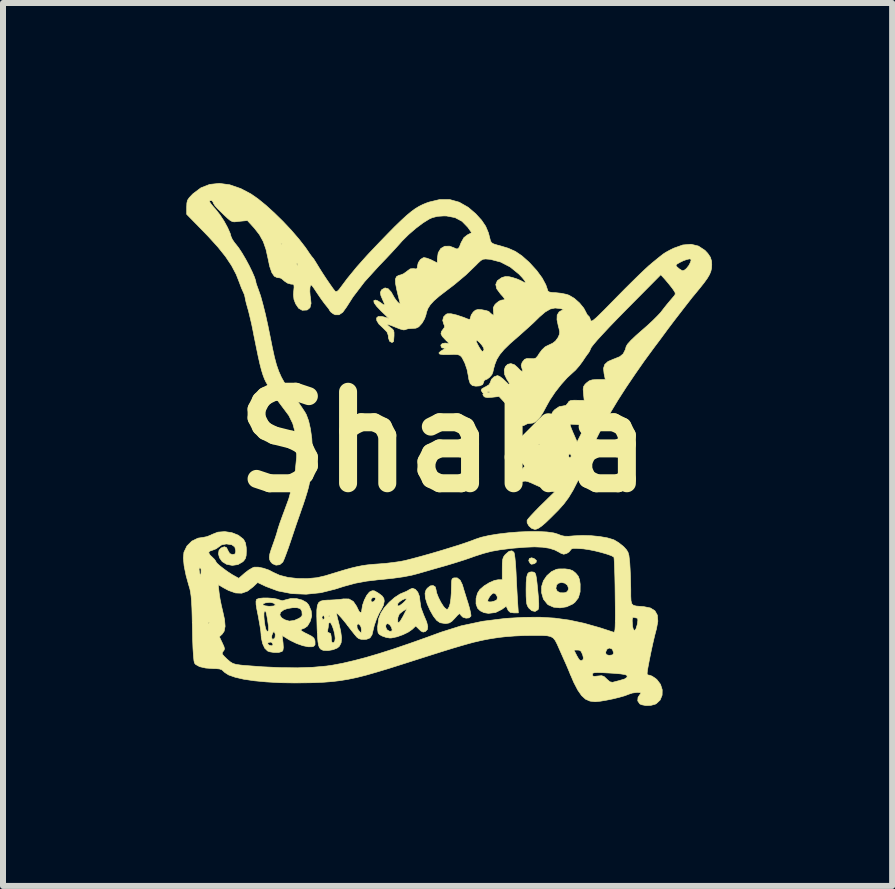
<source format=kicad_pcb>
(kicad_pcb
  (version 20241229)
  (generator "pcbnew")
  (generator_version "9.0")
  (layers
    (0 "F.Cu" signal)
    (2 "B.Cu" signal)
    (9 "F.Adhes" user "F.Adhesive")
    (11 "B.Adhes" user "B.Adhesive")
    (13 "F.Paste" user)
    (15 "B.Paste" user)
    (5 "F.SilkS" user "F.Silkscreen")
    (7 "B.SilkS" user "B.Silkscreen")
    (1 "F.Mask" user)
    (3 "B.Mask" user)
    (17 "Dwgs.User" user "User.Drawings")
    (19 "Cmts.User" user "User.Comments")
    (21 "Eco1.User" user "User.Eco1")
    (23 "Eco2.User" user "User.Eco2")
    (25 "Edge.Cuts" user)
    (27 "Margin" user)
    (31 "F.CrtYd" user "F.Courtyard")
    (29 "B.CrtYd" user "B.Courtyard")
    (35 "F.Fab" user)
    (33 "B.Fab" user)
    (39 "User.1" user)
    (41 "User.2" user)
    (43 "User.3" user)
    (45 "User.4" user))
  (footprint "Shaka"
    (layer "F.Cu")
    (at 4.345 4.311)
    (property "Reference" "Shaka" (at 0 0 0) (layer "F.SilkS") (effects (font (size 1.524 1.524) (thickness 0.3))))
    (attr through_hole)
    (fp_poly (pts (xy 1.501 1.943) (xy 1.541 1.976) (xy 1.536 2.008) (xy 1.505 2.03) (xy 1.459 2.039) (xy 1.439 2.027) (xy 1.413 1.981) (xy 1.423 1.945) (xy 1.459 1.931) (xy 1.501 1.943)) (stroke (width 0.01) (type solid)) (fill yes) (layer "F.SilkS"))
    (fp_poly (pts (xy 1.484 2.168) (xy 1.504 2.174) (xy 1.519 2.187) (xy 1.531 2.217) (xy 1.541 2.269) (xy 1.551 2.35) (xy 1.563 2.469) (xy 1.563 2.47) (xy 1.575 2.599) (xy 1.58 2.69) (xy 1.58 2.75) (xy 1.573 2.785) (xy 1.567 2.796) (xy 1.519 2.825) (xy 1.465 2.813) (xy 1.415 2.769) (xy 1.395 2.738) (xy 1.381 2.701) (xy 1.374 2.648) (xy 1.37 2.569) (xy 1.369 2.462) (xy 1.371 2.339) (xy 1.379 2.254) (xy 1.394 2.2) (xy 1.419 2.173) (xy 1.456 2.166) (xy 1.484 2.168)) (stroke (width 0.01) (type solid)) (fill yes) (layer "F.SilkS"))
    (fp_poly (pts (xy 2.093 2.126) (xy 2.148 2.148) (xy 2.196 2.187) (xy 2.238 2.238) (xy 2.26 2.298) (xy 2.27 2.37) (xy 2.269 2.499) (xy 2.24 2.598) (xy 2.181 2.674) (xy 2.142 2.703) (xy 2.043 2.748) (xy 1.934 2.765) (xy 1.827 2.754) (xy 1.739 2.715) (xy 1.725 2.704) (xy 1.658 2.62) (xy 1.627 2.512) (xy 1.628 2.443) (xy 1.865 2.443) (xy 1.888 2.488) (xy 1.937 2.514) (xy 2.004 2.515) (xy 2.041 2.505) (xy 2.069 2.474) (xy 2.076 2.439) (xy 2.058 2.388) (xy 2.014 2.354) (xy 1.958 2.342) (xy 1.905 2.356) (xy 1.877 2.385) (xy 1.865 2.443) (xy 1.628 2.443) (xy 1.629 2.405) (xy 1.658 2.314) (xy 1.716 2.229) (xy 1.792 2.162) (xy 1.875 2.123) (xy 1.912 2.117) (xy 2.018 2.116) (xy 2.093 2.126)) (stroke (width 0.01) (type solid)) (fill yes) (layer "F.SilkS"))
    (fp_poly (pts (xy 0.271 2.305) (xy 0.307 2.378) (xy 0.311 2.391) (xy 0.33 2.456) (xy 0.358 2.546) (xy 0.389 2.646) (xy 0.4 2.679) (xy 0.426 2.768) (xy 0.444 2.843) (xy 0.451 2.893) (xy 0.449 2.905) (xy 0.419 2.932) (xy 0.369 2.937) (xy 0.318 2.922) (xy 0.286 2.892) (xy 0.27 2.867) (xy 0.253 2.865) (xy 0.225 2.89) (xy 0.184 2.936) (xy 0.132 2.99) (xy 0.088 3.017) (xy 0.036 3.026) (xy 0.019 3.026) (xy -0.063 3.013) (xy -0.121 2.973) (xy -0.176 2.902) (xy -0.231 2.805) (xy -0.278 2.7) (xy -0.307 2.605) (xy -0.309 2.591) (xy -0.314 2.522) (xy -0.299 2.471) (xy -0.277 2.439) (xy -0.228 2.4) (xy -0.18 2.393) (xy -0.144 2.416) (xy -0.132 2.459) (xy -0.121 2.516) (xy -0.091 2.593) (xy -0.051 2.672) (xy -0.009 2.738) (xy 0.015 2.767) (xy 0.047 2.791) (xy 0.067 2.784) (xy 0.089 2.744) (xy 0.104 2.693) (xy 0.116 2.612) (xy 0.123 2.517) (xy 0.123 2.496) (xy 0.126 2.397) (xy 0.128 2.334) (xy 0.132 2.298) (xy 0.14 2.28) (xy 0.152 2.272) (xy 0.167 2.266) (xy 0.222 2.266) (xy 0.271 2.305)) (stroke (width 0.01) (type solid)) (fill yes) (layer "F.SilkS"))
    (fp_poly (pts (xy 1.166 1.839) (xy 1.175 1.87) (xy 1.184 1.936) (xy 1.193 2.029) (xy 1.2 2.14) (xy 1.202 2.176) (xy 1.208 2.308) (xy 1.215 2.444) (xy 1.222 2.567) (xy 1.228 2.663) (xy 1.228 2.667) (xy 1.24 2.849) (xy 1.165 2.849) (xy 1.106 2.841) (xy 1.072 2.81) (xy 1.064 2.793) (xy 1.038 2.737) (xy 0.966 2.79) (xy 0.86 2.843) (xy 0.742 2.857) (xy 0.668 2.845) (xy 0.606 2.815) (xy 0.561 2.771) (xy 0.535 2.698) (xy 0.536 2.652) (xy 0.729 2.652) (xy 0.746 2.666) (xy 0.788 2.666) (xy 0.837 2.654) (xy 0.876 2.635) (xy 0.886 2.624) (xy 0.89 2.583) (xy 0.869 2.541) (xy 0.835 2.518) (xy 0.83 2.518) (xy 0.798 2.536) (xy 0.762 2.577) (xy 0.735 2.625) (xy 0.729 2.652) (xy 0.536 2.652) (xy 0.536 2.609) (xy 0.56 2.521) (xy 0.598 2.461) (xy 0.67 2.399) (xy 0.756 2.346) (xy 0.841 2.309) (xy 0.904 2.297) (xy 0.972 2.297) (xy 0.972 2.115) (xy 0.973 2.022) (xy 0.979 1.961) (xy 0.992 1.919) (xy 1.016 1.885) (xy 1.028 1.872) (xy 1.086 1.823) (xy 1.133 1.815) (xy 1.166 1.839)) (stroke (width 0.01) (type solid)) (fill yes) (layer "F.SilkS"))
    (fp_poly (pts (xy -0.476 2.457) (xy -0.435 2.504) (xy -0.407 2.576) (xy -0.398 2.659) (xy -0.382 2.763) (xy -0.336 2.886) (xy -0.331 2.897) (xy -0.287 3.001) (xy -0.269 3.075) (xy -0.275 3.125) (xy -0.306 3.157) (xy -0.309 3.159) (xy -0.346 3.169) (xy -0.382 3.152) (xy -0.411 3.125) (xy -0.469 3.067) (xy -0.529 3.124) (xy -0.592 3.168) (xy -0.682 3.212) (xy -0.78 3.247) (xy -0.869 3.266) (xy -0.899 3.268) (xy -0.962 3.258) (xy -1.03 3.234) (xy -1.033 3.232) (xy -1.074 3.209) (xy -1.096 3.181) (xy -1.103 3.134) (xy -1.104 3.081) (xy -0.97 3.081) (xy -0.953 3.123) (xy -0.945 3.132) (xy -0.907 3.155) (xy -0.874 3.155) (xy -0.861 3.135) (xy -0.875 3.086) (xy -0.905 3.044) (xy -0.939 3.026) (xy -0.965 3.043) (xy -0.97 3.081) (xy -1.104 3.081) (xy -1.104 3.078) (xy -1.087 2.95) (xy -0.769 2.95) (xy -0.768 3.003) (xy -0.754 3.015) (xy -0.726 2.984) (xy -0.684 2.913) (xy -0.671 2.888) (xy -0.614 2.776) (xy -0.688 2.823) (xy -0.742 2.867) (xy -0.765 2.921) (xy -0.769 2.95) (xy -1.087 2.95) (xy -1.086 2.943) (xy -1.05 2.852) (xy -0.992 2.762) (xy -0.942 2.706) (xy -0.773 2.706) (xy -0.766 2.734) (xy -0.74 2.73) (xy -0.691 2.694) (xy -0.677 2.682) (xy -0.639 2.644) (xy -0.624 2.618) (xy -0.625 2.615) (xy -0.652 2.614) (xy -0.696 2.634) (xy -0.74 2.664) (xy -0.769 2.695) (xy -0.773 2.706) (xy -0.942 2.706) (xy -0.911 2.672) (xy -0.821 2.593) (xy -0.732 2.535) (xy -0.689 2.517) (xy -0.626 2.491) (xy -0.577 2.463) (xy -0.572 2.459) (xy -0.524 2.439) (xy -0.476 2.457)) (stroke (width 0.01) (type solid)) (fill yes) (layer "F.SilkS"))
    (fp_poly (pts (xy -1.161 2.481) (xy -1.116 2.505) (xy -1.084 2.525) (xy -1.027 2.569) (xy -1 2.609) (xy -0.994 2.653) (xy -1.007 2.72) (xy -1.037 2.781) (xy -1.08 2.856) (xy -1.124 2.954) (xy -1.159 3.055) (xy -1.177 3.129) (xy -1.198 3.215) (xy -1.232 3.266) (xy -1.286 3.288) (xy -1.333 3.291) (xy -1.379 3.289) (xy -1.415 3.279) (xy -1.449 3.254) (xy -1.49 3.206) (xy -1.546 3.135) (xy -1.607 3.056) (xy -1.449 3.056) (xy -1.445 3.103) (xy -1.422 3.14) (xy -1.38 3.186) (xy -1.373 3.136) (xy -1.381 3.082) (xy -1.4 3.052) (xy -1.428 3.03) (xy -1.443 3.043) (xy -1.449 3.056) (xy -1.607 3.056) (xy -1.635 3.019) (xy -1.706 2.933) (xy -1.756 2.878) (xy -1.783 2.856) (xy -1.788 2.86) (xy -1.783 2.892) (xy -1.769 2.952) (xy -1.755 3.004) (xy -1.72 3.151) (xy -1.705 3.263) (xy -1.712 3.346) (xy -1.741 3.404) (xy -1.773 3.432) (xy -1.845 3.462) (xy -1.93 3.477) (xy -2.005 3.474) (xy -2.023 3.468) (xy -2.052 3.453) (xy -2.073 3.429) (xy -2.088 3.39) (xy -2.098 3.329) (xy -2.106 3.24) (xy -2.109 3.17) (xy -1.938 3.17) (xy -1.913 3.181) (xy -1.887 3.195) (xy -1.878 3.244) (xy -1.877 3.254) (xy -1.874 3.309) (xy -1.864 3.341) (xy -1.863 3.342) (xy -1.837 3.348) (xy -1.818 3.32) (xy -1.811 3.273) (xy -1.818 3.209) (xy -1.835 3.137) (xy -1.858 3.07) (xy -1.882 3.022) (xy -1.896 3.009) (xy -1.917 3.019) (xy -1.922 3.041) (xy -1.928 3.095) (xy -1.935 3.131) (xy -1.938 3.17) (xy -2.109 3.17) (xy -2.112 3.117) (xy -2.114 3.048) (xy -2.117 2.927) (xy -2.032 2.927) (xy -2.02 2.956) (xy -2.01 2.96) (xy -1.99 2.942) (xy -1.988 2.927) (xy -1.997 2.904) (xy -1.922 2.904) (xy -1.911 2.915) (xy -1.899 2.904) (xy -1.911 2.893) (xy -1.922 2.904) (xy -1.997 2.904) (xy -2 2.897) (xy -2.01 2.893) (xy -2.03 2.911) (xy -2.032 2.927) (xy -2.117 2.927) (xy -2.118 2.905) (xy -2.117 2.8) (xy -2.108 2.727) (xy -2.088 2.68) (xy -2.055 2.654) (xy -2.004 2.641) (xy -1.933 2.636) (xy -1.907 2.636) (xy -1.815 2.631) (xy -1.728 2.624) (xy -1.674 2.616) (xy -1.582 2.617) (xy -1.509 2.659) (xy -1.453 2.741) (xy -1.444 2.762) (xy -1.414 2.823) (xy -1.388 2.847) (xy -1.372 2.832) (xy -1.368 2.8) (xy -1.355 2.72) (xy -1.327 2.641) (xy -1.215 2.641) (xy -1.203 2.669) (xy -1.173 2.663) (xy -1.15 2.641) (xy -1.137 2.608) (xy -1.147 2.596) (xy -1.185 2.592) (xy -1.212 2.621) (xy -1.215 2.641) (xy -1.327 2.641) (xy -1.325 2.635) (xy -1.286 2.558) (xy -1.244 2.506) (xy -1.232 2.497) (xy -1.194 2.48) (xy -1.161 2.481)) (stroke (width 0.01) (type solid)) (fill yes) (layer "F.SilkS"))
    (fp_poly (pts (xy -2.847 2.607) (xy -2.777 2.62) (xy -2.744 2.632) (xy -2.691 2.647) (xy -2.639 2.632) (xy -2.551 2.61) (xy -2.455 2.611) (xy -2.362 2.635) (xy -2.288 2.676) (xy -2.252 2.718) (xy -2.211 2.815) (xy -2.202 2.899) (xy -2.225 2.984) (xy -2.23 2.995) (xy -2.273 3.068) (xy -2.323 3.103) (xy -2.329 3.105) (xy -2.371 3.121) (xy -2.385 3.135) (xy -2.367 3.152) (xy -2.319 3.18) (xy -2.269 3.204) (xy -2.202 3.239) (xy -2.166 3.269) (xy -2.15 3.305) (xy -2.147 3.329) (xy -2.147 3.38) (xy -2.169 3.405) (xy -2.194 3.413) (xy -2.26 3.414) (xy -2.351 3.395) (xy -2.453 3.359) (xy -2.555 3.31) (xy -2.587 3.292) (xy -2.695 3.225) (xy -2.68 3.348) (xy -2.675 3.426) (xy -2.681 3.471) (xy -2.697 3.492) (xy -2.752 3.508) (xy -2.828 3.509) (xy -2.903 3.497) (xy -2.937 3.484) (xy -2.984 3.438) (xy -3.016 3.369) (xy -2.934 3.369) (xy -2.91 3.387) (xy -2.867 3.398) (xy -2.85 3.383) (xy -2.849 3.368) (xy -2.868 3.341) (xy -2.893 3.335) (xy -2.931 3.346) (xy -2.934 3.369) (xy -3.016 3.369) (xy -3.02 3.36) (xy -3.04 3.27) (xy -2.868 3.27) (xy -2.852 3.291) (xy -2.849 3.291) (xy -2.822 3.273) (xy -2.813 3.258) (xy -2.809 3.209) (xy -2.815 3.187) (xy -2.83 3.161) (xy -2.848 3.177) (xy -2.85 3.181) (xy -2.868 3.227) (xy -2.868 3.27) (xy -3.04 3.27) (xy -3.042 3.261) (xy -3.046 3.203) (xy -3.051 3.149) (xy -3.064 3.065) (xy -3.082 2.964) (xy -3.091 2.914) (xy -2.998 2.914) (xy -2.994 2.964) (xy -2.981 3.061) (xy -2.967 3.121) (xy -2.951 3.151) (xy -2.933 3.158) (xy -2.921 3.138) (xy -2.922 3.082) (xy -2.925 3.054) (xy -2.941 2.944) (xy -2.952 2.884) (xy -2.734 2.884) (xy -2.705 2.93) (xy -2.654 2.963) (xy -2.577 2.986) (xy -2.495 2.976) (xy -2.411 2.939) (xy -2.373 2.91) (xy -2.361 2.887) (xy -2.366 2.818) (xy -2.393 2.778) (xy -2.445 2.763) (xy -2.521 2.763) (xy -2.603 2.776) (xy -2.665 2.797) (xy -2.721 2.838) (xy -2.734 2.884) (xy -2.952 2.884) (xy -2.954 2.872) (xy -2.965 2.832) (xy -2.977 2.817) (xy -2.987 2.819) (xy -2.998 2.849) (xy -2.998 2.914) (xy -3.091 2.914) (xy -3.096 2.888) (xy -3.118 2.778) (xy -3.129 2.704) (xy -3.129 2.699) (xy -3.013 2.699) (xy -3.013 2.717) (xy -2.979 2.731) (xy -2.917 2.739) (xy -2.901 2.739) (xy -2.836 2.734) (xy -2.81 2.721) (xy -2.81 2.711) (xy -2.84 2.685) (xy -2.897 2.674) (xy -2.967 2.681) (xy -2.974 2.682) (xy -3.013 2.699) (xy -3.129 2.699) (xy -3.13 2.657) (xy -3.123 2.63) (xy -3.118 2.623) (xy -3.08 2.608) (xy -3.013 2.601) (xy -2.931 2.601) (xy -2.847 2.607)) (stroke (width 0.01) (type solid)) (fill yes) (layer "F.SilkS"))
    (fp_poly (pts (xy 1.716 1.501) (xy 1.829 1.517) (xy 1.899 1.538) (xy 1.957 1.561) (xy 2.011 1.572) (xy 2.078 1.573) (xy 2.172 1.565) (xy 2.176 1.565) (xy 2.309 1.559) (xy 2.453 1.563) (xy 2.595 1.577) (xy 2.722 1.599) (xy 2.82 1.628) (xy 2.839 1.636) (xy 2.912 1.68) (xy 2.985 1.738) (xy 3.005 1.757) (xy 3.043 1.8) (xy 3.067 1.84) (xy 3.082 1.892) (xy 3.091 1.968) (xy 3.096 2.016) (xy 3.102 2.117) (xy 3.108 2.243) (xy 3.111 2.375) (xy 3.113 2.457) (xy 3.113 2.57) (xy 3.117 2.647) (xy 3.129 2.695) (xy 3.155 2.722) (xy 3.202 2.735) (xy 3.275 2.741) (xy 3.33 2.745) (xy 3.44 2.767) (xy 3.515 2.814) (xy 3.556 2.887) (xy 3.564 2.988) (xy 3.54 3.119) (xy 3.537 3.129) (xy 3.511 3.228) (xy 3.481 3.356) (xy 3.45 3.499) (xy 3.421 3.642) (xy 3.397 3.77) (xy 3.391 3.804) (xy 3.385 3.859) (xy 3.394 3.882) (xy 3.423 3.887) (xy 3.466 3.902) (xy 3.521 3.938) (xy 3.547 3.959) (xy 3.608 4.039) (xy 3.637 4.13) (xy 3.635 4.22) (xy 3.602 4.301) (xy 3.538 4.361) (xy 3.518 4.371) (xy 3.447 4.39) (xy 3.365 4.393) (xy 3.293 4.379) (xy 3.263 4.365) (xy 3.229 4.315) (xy 3.234 4.256) (xy 3.261 4.215) (xy 3.282 4.188) (xy 3.274 4.177) (xy 3.23 4.174) (xy 3.216 4.174) (xy 3.14 4.184) (xy 3.07 4.207) (xy 3.069 4.208) (xy 3.011 4.23) (xy 2.923 4.255) (xy 2.818 4.281) (xy 2.709 4.303) (xy 2.609 4.32) (xy 2.532 4.328) (xy 2.518 4.329) (xy 2.434 4.319) (xy 2.36 4.287) (xy 2.294 4.227) (xy 2.23 4.135) (xy 2.164 4.008) (xy 2.117 3.898) (xy 2.107 3.876) (xy 2.474 3.876) (xy 2.48 3.9) (xy 2.506 3.907) (xy 2.564 3.901) (xy 2.564 3.901) (xy 2.626 3.895) (xy 2.668 3.909) (xy 2.711 3.949) (xy 2.713 3.952) (xy 2.765 3.997) (xy 2.809 4.006) (xy 2.816 4.004) (xy 2.87 3.99) (xy 2.928 3.975) (xy 3.011 3.95) (xy 3.052 3.921) (xy 3.051 3.892) (xy 3.019 3.877) (xy 2.943 3.865) (xy 2.824 3.855) (xy 2.754 3.851) (xy 2.638 3.845) (xy 2.56 3.843) (xy 2.511 3.845) (xy 2.485 3.852) (xy 2.475 3.864) (xy 2.474 3.876) (xy 2.107 3.876) (xy 2.081 3.812) (xy 2.048 3.734) (xy 2.024 3.679) (xy 2.023 3.677) (xy 1.999 3.624) (xy 1.965 3.547) (xy 1.93 3.468) (xy 2.166 3.468) (xy 2.215 3.564) (xy 2.249 3.622) (xy 2.276 3.646) (xy 2.3 3.642) (xy 2.321 3.623) (xy 2.322 3.589) (xy 2.311 3.546) (xy 2.297 3.515) (xy 2.695 3.515) (xy 2.706 3.545) (xy 2.748 3.556) (xy 2.761 3.556) (xy 2.81 3.549) (xy 2.827 3.522) (xy 2.827 3.515) (xy 2.811 3.466) (xy 2.794 3.446) (xy 2.753 3.434) (xy 2.716 3.455) (xy 2.695 3.502) (xy 2.695 3.515) (xy 2.297 3.515) (xy 2.288 3.492) (xy 2.256 3.47) (xy 2.226 3.468) (xy 2.166 3.468) (xy 1.93 3.468) (xy 1.927 3.462) (xy 1.925 3.457) (xy 1.887 3.371) (xy 1.855 3.309) (xy 1.822 3.268) (xy 1.779 3.243) (xy 1.719 3.23) (xy 1.633 3.225) (xy 1.514 3.225) (xy 1.466 3.225) (xy 1.325 3.227) (xy 1.175 3.234) (xy 1.032 3.245) (xy 0.915 3.258) (xy 0.909 3.259) (xy 0.823 3.272) (xy 0.744 3.285) (xy 0.666 3.3) (xy 0.587 3.317) (xy 0.501 3.337) (xy 0.404 3.363) (xy 0.292 3.395) (xy 0.16 3.434) (xy 0.004 3.482) (xy -0.18 3.54) (xy -0.397 3.609) (xy -0.651 3.69) (xy -0.685 3.701) (xy -0.922 3.776) (xy -1.125 3.837) (xy -1.299 3.887) (xy -1.453 3.926) (xy -1.593 3.955) (xy -1.726 3.977) (xy -1.859 3.993) (xy -1.999 4.004) (xy -2.152 4.011) (xy -2.219 4.013) (xy -2.483 4.016) (xy -2.73 4.012) (xy -2.957 3.999) (xy -3.16 3.98) (xy -3.335 3.954) (xy -3.478 3.921) (xy -3.586 3.883) (xy -3.653 3.84) (xy -3.66 3.833) (xy -3.695 3.8) (xy -3.738 3.783) (xy -3.803 3.777) (xy -3.837 3.777) (xy -3.968 3.768) (xy -4.069 3.745) (xy -4.136 3.708) (xy -4.155 3.684) (xy -4.164 3.644) (xy -4.172 3.563) (xy -4.18 3.443) (xy -4.186 3.286) (xy -4.19 3.095) (xy -4.19 3.094) (xy -4.192 3.015) (xy -3.931 3.015) (xy -3.92 3.026) (xy -3.909 3.015) (xy -3.92 3.004) (xy -3.931 3.015) (xy -4.192 3.015) (xy -4.194 2.914) (xy -4.198 2.772) (xy -4.204 2.661) (xy -4.211 2.576) (xy -4.22 2.508) (xy -4.231 2.453) (xy -4.241 2.419) (xy -4.253 2.378) (xy -3.76 2.378) (xy -3.744 2.52) (xy -3.729 2.62) (xy -3.706 2.733) (xy -3.686 2.816) (xy -3.654 2.961) (xy -3.645 3.073) (xy -3.661 3.155) (xy -3.693 3.202) (xy -3.741 3.247) (xy -3.692 3.349) (xy -3.664 3.411) (xy -3.655 3.448) (xy -3.665 3.475) (xy -3.677 3.489) (xy -3.693 3.513) (xy -3.691 3.537) (xy -3.663 3.57) (xy -3.615 3.617) (xy -3.562 3.663) (xy -3.517 3.691) (xy -3.464 3.707) (xy -3.389 3.718) (xy -3.343 3.723) (xy -3.025 3.747) (xy -2.722 3.761) (xy -2.438 3.764) (xy -2.182 3.755) (xy -1.959 3.735) (xy -1.855 3.72) (xy -1.681 3.687) (xy -1.498 3.644) (xy -1.299 3.592) (xy -1.082 3.528) (xy -0.841 3.451) (xy -0.571 3.359) (xy -0.27 3.252) (xy -0.049 3.171) (xy 0.287 3.065) (xy 0.644 2.989) (xy 1.026 2.941) (xy 1.336 2.923) (xy 1.599 2.921) (xy 1.845 2.936) (xy 2.087 2.969) (xy 2.335 3.022) (xy 2.6 3.097) (xy 2.827 3.171) (xy 2.837 3.17) (xy 2.844 3.157) (xy 2.85 3.126) (xy 2.853 3.074) (xy 2.855 2.996) (xy 2.855 2.985) (xy 3.137 2.985) (xy 3.143 3.075) (xy 3.157 3.128) (xy 3.177 3.142) (xy 3.199 3.116) (xy 3.22 3.048) (xy 3.224 3.028) (xy 3.231 2.972) (xy 3.227 2.94) (xy 3.224 2.938) (xy 3.19 2.93) (xy 3.171 2.924) (xy 3.147 2.924) (xy 3.138 2.955) (xy 3.137 2.985) (xy 2.855 2.985) (xy 2.856 2.887) (xy 2.855 2.743) (xy 2.853 2.56) (xy 2.853 2.558) (xy 2.851 2.396) (xy 2.848 2.249) (xy 2.844 2.122) (xy 2.84 2.021) (xy 2.836 1.952) (xy 2.832 1.92) (xy 2.831 1.919) (xy 2.79 1.896) (xy 2.716 1.87) (xy 2.621 1.842) (xy 2.516 1.816) (xy 2.412 1.795) (xy 2.322 1.782) (xy 2.305 1.781) (xy 2.213 1.775) (xy 2.157 1.775) (xy 2.126 1.783) (xy 2.112 1.8) (xy 2.112 1.8) (xy 2.084 1.834) (xy 2.045 1.859) (xy 1.996 1.872) (xy 1.949 1.856) (xy 1.93 1.844) (xy 1.85 1.802) (xy 1.756 1.772) (xy 1.644 1.755) (xy 1.507 1.749) (xy 1.34 1.756) (xy 1.136 1.773) (xy 1.104 1.777) (xy 0.936 1.798) (xy 0.794 1.823) (xy 0.66 1.858) (xy 0.514 1.905) (xy 0.453 1.927) (xy 0.343 1.965) (xy 0.201 2.01) (xy 0.036 2.06) (xy -0.099 2.098) (xy -0.204 2.128) (xy -0.314 2.16) (xy -0.405 2.186) (xy -0.409 2.188) (xy -0.535 2.221) (xy -0.675 2.248) (xy -0.837 2.271) (xy -1.032 2.292) (xy -1.093 2.297) (xy -1.287 2.32) (xy -1.471 2.354) (xy -1.663 2.406) (xy -1.811 2.453) (xy -2.05 2.513) (xy -2.295 2.538) (xy -2.536 2.528) (xy -2.766 2.483) (xy -2.964 2.409) (xy -3.103 2.343) (xy -3.18 2.416) (xy -3.273 2.487) (xy -3.368 2.521) (xy -3.47 2.517) (xy -3.586 2.476) (xy -3.664 2.435) (xy -3.76 2.378) (xy -4.253 2.378) (xy -4.295 2.227) (xy -4.316 2.125) (xy -4.079 2.125) (xy -4.071 2.177) (xy -4.071 2.178) (xy -4.053 2.242) (xy -4.046 2.179) (xy -4.045 2.129) (xy -4.051 2.104) (xy -4.072 2.098) (xy -4.079 2.125) (xy -4.316 2.125) (xy -4.328 2.064) (xy -4.34 1.934) (xy -4.331 1.839) (xy -4.331 1.839) (xy -4.281 1.735) (xy -4.2 1.654) (xy -4.097 1.604) (xy -4.004 1.59) (xy -3.945 1.578) (xy -3.877 1.55) (xy -3.865 1.543) (xy -3.766 1.504) (xy -3.65 1.495) (xy -3.532 1.513) (xy -3.425 1.555) (xy -3.343 1.619) (xy -3.335 1.629) (xy -3.306 1.683) (xy -3.293 1.759) (xy -3.291 1.813) (xy -3.294 1.891) (xy -3.306 1.941) (xy -3.333 1.98) (xy -3.351 1.998) (xy -3.431 2.044) (xy -3.525 2.058) (xy -3.619 2.04) (xy -3.693 1.995) (xy -3.738 1.932) (xy -3.756 1.865) (xy -3.746 1.805) (xy -3.712 1.768) (xy -3.657 1.747) (xy -3.621 1.762) (xy -3.597 1.811) (xy -3.568 1.861) (xy -3.525 1.877) (xy -3.521 1.877) (xy -3.483 1.87) (xy -3.469 1.838) (xy -3.468 1.812) (xy -3.484 1.75) (xy -3.534 1.714) (xy -3.619 1.701) (xy -3.628 1.701) (xy -3.703 1.716) (xy -3.743 1.744) (xy -3.794 1.781) (xy -3.845 1.801) (xy -3.903 1.821) (xy -3.919 1.848) (xy -3.894 1.888) (xy -3.867 1.913) (xy -3.824 1.955) (xy -3.8 1.989) (xy -3.799 1.995) (xy -3.782 2.02) (xy -3.736 2.062) (xy -3.672 2.112) (xy -3.599 2.165) (xy -3.525 2.213) (xy -3.486 2.235) (xy -3.417 2.273) (xy -3.319 2.187) (xy -3.254 2.137) (xy -3.191 2.1) (xy -3.159 2.087) (xy -3.093 2.087) (xy -3.006 2.105) (xy -2.915 2.136) (xy -2.843 2.174) (xy -2.735 2.223) (xy -2.597 2.258) (xy -2.44 2.276) (xy -2.276 2.278) (xy -2.115 2.263) (xy -1.977 2.231) (xy -1.8 2.177) (xy -1.658 2.134) (xy -1.543 2.102) (xy -1.446 2.079) (xy -1.361 2.062) (xy -1.279 2.05) (xy -1.193 2.041) (xy -1.096 2.034) (xy -1.093 2.034) (xy -0.967 2.024) (xy -0.841 2.009) (xy -0.729 1.993) (xy -0.652 1.978) (xy -0.522 1.945) (xy -0.373 1.905) (xy -0.213 1.86) (xy -0.05 1.812) (xy 0.109 1.763) (xy 0.254 1.718) (xy 0.379 1.676) (xy 0.474 1.642) (xy 0.519 1.624) (xy 0.62 1.59) (xy 0.751 1.56) (xy 0.905 1.535) (xy 1.073 1.515) (xy 1.246 1.501) (xy 1.416 1.494) (xy 1.576 1.494) (xy 1.716 1.501)) (stroke (width 0.01) (type solid)) (fill yes) (layer "F.SilkS"))
    (fp_poly (pts (xy -3.568 -4.283) (xy -3.383 -4.219) (xy -3.214 -4.13) (xy -3.099 -4.05) (xy -2.966 -3.942) (xy -2.824 -3.813) (xy -2.68 -3.672) (xy -2.541 -3.524) (xy -2.416 -3.379) (xy -2.311 -3.244) (xy -2.281 -3.201) (xy -2.238 -3.137) (xy -2.204 -3.09) (xy -2.187 -3.07) (xy -2.168 -3.046) (xy -2.137 -2.997) (xy -2.121 -2.971) (xy -2.07 -2.887) (xy -2.012 -2.796) (xy -1.952 -2.705) (xy -1.895 -2.622) (xy -1.848 -2.555) (xy -1.815 -2.513) (xy -1.805 -2.503) (xy -1.777 -2.508) (xy -1.746 -2.538) (xy -1.61 -2.72) (xy -1.453 -2.912) (xy -1.29 -3.095) (xy -1.252 -3.136) (xy -1.081 -3.316) (xy -0.936 -3.466) (xy -0.814 -3.59) (xy -0.71 -3.69) (xy -0.622 -3.771) (xy -0.546 -3.834) (xy -0.478 -3.884) (xy -0.414 -3.923) (xy -0.352 -3.954) (xy -0.286 -3.981) (xy -0.245 -3.995) (xy -0.069 -4.037) (xy 0.096 -4.037) (xy 0.254 -3.993) (xy 0.405 -3.907) (xy 0.53 -3.8) (xy 0.628 -3.692) (xy 0.696 -3.591) (xy 0.742 -3.481) (xy 0.765 -3.392) (xy 0.777 -3.345) (xy 0.796 -3.316) (xy 0.832 -3.296) (xy 0.895 -3.277) (xy 0.928 -3.269) (xy 1.071 -3.226) (xy 1.19 -3.173) (xy 1.298 -3.1) (xy 1.411 -3) (xy 1.433 -2.978) (xy 1.546 -2.854) (xy 1.637 -2.73) (xy 1.698 -2.616) (xy 1.723 -2.543) (xy 1.733 -2.513) (xy 1.757 -2.496) (xy 1.804 -2.488) (xy 1.866 -2.485) (xy 1.956 -2.475) (xy 2.042 -2.457) (xy 2.084 -2.443) (xy 2.172 -2.391) (xy 2.259 -2.314) (xy 2.33 -2.227) (xy 2.361 -2.169) (xy 2.385 -2.122) (xy 2.406 -2.099) (xy 2.408 -2.098) (xy 2.425 -2.079) (xy 2.44 -2.038) (xy 2.446 -2.021) (xy 2.455 -2.013) (xy 2.471 -2.016) (xy 2.498 -2.034) (xy 2.539 -2.069) (xy 2.597 -2.125) (xy 2.676 -2.203) (xy 2.779 -2.308) (xy 2.89 -2.421) (xy 3.011 -2.544) (xy 3.13 -2.662) (xy 3.241 -2.771) (xy 3.338 -2.864) (xy 3.416 -2.936) (xy 3.423 -2.941) (xy 3.865 -2.941) (xy 3.882 -2.916) (xy 3.92 -2.883) (xy 3.961 -2.857) (xy 3.982 -2.85) (xy 4.01 -2.863) (xy 4.041 -2.888) (xy 4.081 -2.939) (xy 4.106 -2.988) (xy 4.119 -3.03) (xy 4.108 -3.046) (xy 4.091 -3.048) (xy 4.046 -3.038) (xy 3.987 -3.017) (xy 3.928 -2.988) (xy 3.882 -2.961) (xy 3.865 -2.941) (xy 3.423 -2.941) (xy 3.468 -2.98) (xy 3.54 -3.039) (xy 3.603 -3.09) (xy 3.647 -3.124) (xy 3.653 -3.129) (xy 3.694 -3.156) (xy 3.761 -3.193) (xy 3.83 -3.227) (xy 3.979 -3.28) (xy 4.117 -3.292) (xy 4.24 -3.262) (xy 4.348 -3.191) (xy 4.395 -3.141) (xy 4.439 -3.076) (xy 4.459 -3.011) (xy 4.462 -2.952) (xy 4.459 -2.896) (xy 4.448 -2.844) (xy 4.426 -2.789) (xy 4.389 -2.726) (xy 4.333 -2.648) (xy 4.255 -2.55) (xy 4.152 -2.425) (xy 4.147 -2.42) (xy 4.114 -2.378) (xy 4.061 -2.31) (xy 3.994 -2.224) (xy 3.92 -2.128) (xy 3.845 -2.031) (xy 3.777 -1.941) (xy 3.721 -1.867) (xy 3.695 -1.831) (xy 3.649 -1.769) (xy 3.588 -1.686) (xy 3.52 -1.596) (xy 3.491 -1.557) (xy 3.337 -1.347) (xy 3.183 -1.126) (xy 3.035 -0.907) (xy 2.9 -0.697) (xy 2.786 -0.508) (xy 2.754 -0.453) (xy 2.687 -0.335) (xy 2.631 -0.231) (xy 2.58 -0.133) (xy 2.53 -0.032) (xy 2.478 0.081) (xy 2.42 0.213) (xy 2.351 0.373) (xy 2.308 0.475) (xy 2.228 0.656) (xy 2.153 0.803) (xy 2.078 0.927) (xy 1.997 1.036) (xy 1.904 1.14) (xy 1.893 1.151) (xy 1.781 1.263) (xy 1.695 1.346) (xy 1.628 1.403) (xy 1.577 1.438) (xy 1.537 1.455) (xy 1.513 1.458) (xy 1.462 1.441) (xy 1.416 1.4) (xy 1.387 1.349) (xy 1.386 1.307) (xy 1.406 1.279) (xy 1.452 1.227) (xy 1.518 1.157) (xy 1.596 1.077) (xy 1.622 1.052) (xy 1.844 0.834) (xy 1.778 0.818) (xy 1.727 0.802) (xy 1.651 0.771) (xy 1.563 0.733) (xy 1.538 0.722) (xy 1.453 0.683) (xy 1.397 0.661) (xy 1.355 0.653) (xy 1.316 0.658) (xy 1.268 0.673) (xy 1.263 0.675) (xy 1.2 0.694) (xy 1.163 0.696) (xy 1.137 0.683) (xy 1.131 0.676) (xy 1.109 0.631) (xy 1.128 0.587) (xy 1.182 0.552) (xy 1.236 0.52) (xy 1.289 0.472) (xy 1.291 0.47) (xy 1.344 0.409) (xy 1.478 0.455) (xy 1.612 0.501) (xy 1.515 0.398) (xy 1.439 0.308) (xy 1.389 0.232) (xy 2.076 0.232) (xy 2.088 0.261) (xy 2.098 0.265) (xy 2.118 0.247) (xy 2.12 0.232) (xy 2.108 0.203) (xy 2.098 0.199) (xy 2.079 0.217) (xy 2.076 0.232) (xy 1.389 0.232) (xy 1.385 0.226) (xy 1.356 0.16) (xy 1.356 0.121) (xy 1.396 0.07) (xy 1.459 0.04) (xy 1.526 0.041) (xy 1.532 0.043) (xy 1.575 0.051) (xy 1.592 0.039) (xy 1.576 0.016) (xy 1.568 0.011) (xy 1.553 -0.018) (xy 1.546 -0.072) (xy 1.546 -0.076) (xy 1.565 -0.148) (xy 1.616 -0.197) (xy 1.69 -0.215) (xy 1.731 -0.212) (xy 1.8 -0.199) (xy 1.795 -0.294) (xy 2.101 -0.294) (xy 2.105 -0.273) (xy 2.123 -0.222) (xy 2.152 -0.152) (xy 2.156 -0.144) (xy 2.219 0.001) (xy 2.289 -0.138) (xy 2.359 -0.276) (xy 2.234 -0.287) (xy 2.165 -0.292) (xy 2.116 -0.294) (xy 2.101 -0.294) (xy 1.795 -0.294) (xy 1.793 -0.338) (xy 1.791 -0.417) (xy 1.797 -0.467) (xy 1.816 -0.504) (xy 1.846 -0.536) (xy 1.921 -0.587) (xy 1.975 -0.596) (xy 2.033 -0.608) (xy 2.065 -0.646) (xy 2.084 -0.675) (xy 2.114 -0.689) (xy 2.169 -0.694) (xy 2.212 -0.693) (xy 2.337 -0.691) (xy 2.325 -0.808) (xy 2.32 -0.879) (xy 2.328 -0.923) (xy 2.352 -0.959) (xy 2.375 -0.981) (xy 2.42 -1.016) (xy 2.471 -1.033) (xy 2.545 -1.038) (xy 2.563 -1.038) (xy 2.689 -1.038) (xy 2.668 -1.138) (xy 2.659 -1.225) (xy 2.68 -1.29) (xy 2.734 -1.339) (xy 2.828 -1.379) (xy 2.842 -1.384) (xy 2.931 -1.42) (xy 2.987 -1.467) (xy 3.022 -1.536) (xy 3.037 -1.59) (xy 3.06 -1.629) (xy 3.116 -1.691) (xy 3.201 -1.772) (xy 3.297 -1.856) (xy 3.393 -1.94) (xy 3.482 -2.023) (xy 3.557 -2.098) (xy 3.61 -2.154) (xy 3.619 -2.166) (xy 3.666 -2.227) (xy 3.712 -2.285) (xy 3.768 -2.352) (xy 3.838 -2.434) (xy 3.854 -2.46) (xy 3.851 -2.488) (xy 3.824 -2.531) (xy 3.798 -2.567) (xy 3.744 -2.635) (xy 3.69 -2.699) (xy 3.669 -2.723) (xy 3.613 -2.784) (xy 3.047 -2.213) (xy 2.895 -2.058) (xy 2.761 -1.919) (xy 2.648 -1.798) (xy 2.558 -1.7) (xy 2.494 -1.625) (xy 2.457 -1.577) (xy 2.451 -1.566) (xy 2.428 -1.514) (xy 2.409 -1.482) (xy 2.407 -1.48) (xy 2.389 -1.457) (xy 2.354 -1.408) (xy 2.311 -1.343) (xy 2.255 -1.267) (xy 2.193 -1.196) (xy 2.149 -1.156) (xy 2.054 -1.069) (xy 1.952 -0.955) (xy 1.852 -0.827) (xy 1.765 -0.697) (xy 1.713 -0.604) (xy 1.647 -0.481) (xy 1.59 -0.395) (xy 1.537 -0.341) (xy 1.484 -0.314) (xy 1.444 -0.309) (xy 1.39 -0.302) (xy 1.358 -0.286) (xy 1.357 -0.285) (xy 1.326 -0.27) (xy 1.301 -0.272) (xy 1.267 -0.273) (xy 1.259 -0.263) (xy 1.24 -0.247) (xy 1.213 -0.243) (xy 1.184 -0.249) (xy 1.175 -0.273) (xy 1.181 -0.323) (xy 1.192 -0.38) (xy 1.202 -0.417) (xy 1.204 -0.42) (xy 1.194 -0.442) (xy 1.16 -0.489) (xy 1.107 -0.551) (xy 1.067 -0.596) (xy 0.919 -0.756) (xy 0.804 -0.743) (xy 0.728 -0.738) (xy 0.683 -0.746) (xy 0.663 -0.762) (xy 0.648 -0.789) (xy 0.653 -0.795) (xy 0.656 -0.807) (xy 0.645 -0.822) (xy 0.644 -0.822) (xy 0.716 -0.822) (xy 0.738 -0.819) (xy 0.767 -0.823) (xy 0.767 -0.831) (xy 0.738 -0.836) (xy 0.725 -0.832) (xy 0.716 -0.822) (xy 0.644 -0.822) (xy 0.621 -0.856) (xy 0.633 -0.884) (xy 0.684 -0.913) (xy 0.696 -0.918) (xy 0.753 -0.953) (xy 0.773 -0.991) (xy 0.792 -1.042) (xy 0.837 -1.085) (xy 0.891 -1.104) (xy 0.894 -1.104) (xy 0.931 -1.089) (xy 0.983 -1.05) (xy 1.019 -1.015) (xy 1.073 -0.963) (xy 1.099 -0.946) (xy 1.098 -0.963) (xy 1.069 -1.013) (xy 1.048 -1.044) (xy 1.011 -1.123) (xy 1.005 -1.195) (xy 1.024 -1.254) (xy 1.063 -1.292) (xy 1.116 -1.304) (xy 1.176 -1.284) (xy 1.229 -1.237) (xy 1.275 -1.189) (xy 1.304 -1.173) (xy 1.312 -1.188) (xy 1.3 -1.225) (xy 1.287 -1.274) (xy 1.303 -1.322) (xy 1.313 -1.337) (xy 1.345 -1.375) (xy 1.384 -1.389) (xy 1.441 -1.387) (xy 1.497 -1.385) (xy 1.533 -1.397) (xy 1.564 -1.433) (xy 1.588 -1.472) (xy 1.634 -1.533) (xy 1.682 -1.579) (xy 1.701 -1.591) (xy 1.766 -1.622) (xy 1.811 -1.643) (xy 1.859 -1.68) (xy 1.9 -1.736) (xy 1.903 -1.742) (xy 1.924 -1.79) (xy 1.929 -1.834) (xy 1.917 -1.89) (xy 1.907 -1.925) (xy 1.884 -2.035) (xy 1.887 -2.113) (xy 1.919 -2.164) (xy 1.942 -2.179) (xy 1.996 -2.206) (xy 1.937 -2.221) (xy 1.852 -2.23) (xy 1.772 -2.213) (xy 1.688 -2.164) (xy 1.591 -2.081) (xy 1.57 -2.06) (xy 1.488 -1.98) (xy 1.387 -1.888) (xy 1.284 -1.796) (xy 1.233 -1.751) (xy 1.101 -1.636) (xy 1.002 -1.539) (xy 0.931 -1.454) (xy 0.882 -1.375) (xy 0.851 -1.297) (xy 0.85 -1.295) (xy 0.831 -1.227) (xy 0.819 -1.177) (xy 0.816 -1.161) (xy 0.799 -1.12) (xy 0.761 -1.076) (xy 0.718 -1.044) (xy 0.698 -1.038) (xy 0.669 -1.02) (xy 0.663 -0.996) (xy 0.645 -0.954) (xy 0.592 -0.932) (xy 0.531 -0.928) (xy 0.475 -0.938) (xy 0.438 -0.972) (xy 0.416 -1.039) (xy 0.407 -1.096) (xy 0.385 -1.208) (xy 0.348 -1.315) (xy 0.304 -1.401) (xy 0.289 -1.421) (xy 0.264 -1.442) (xy 0.227 -1.454) (xy 0.167 -1.457) (xy 0.089 -1.454) (xy -0.012 -1.453) (xy -0.069 -1.462) (xy -0.084 -1.481) (xy -0.056 -1.509) (xy -0.02 -1.531) (xy 0.018 -1.553) (xy 0.025 -1.561) (xy 0.018 -1.56) (xy -0.026 -1.565) (xy -0.043 -1.578) (xy -0.052 -1.612) (xy -0.028 -1.637) (xy 0.02 -1.646) (xy 0.045 -1.643) (xy 0.077 -1.637) (xy 0.08 -1.645) (xy 0.054 -1.673) (xy 0.035 -1.692) (xy 0.536 -1.692) (xy 0.54 -1.669) (xy 0.561 -1.625) (xy 0.59 -1.572) (xy 0.619 -1.527) (xy 0.64 -1.503) (xy 0.643 -1.502) (xy 0.661 -1.52) (xy 0.668 -1.541) (xy 0.659 -1.571) (xy 0.631 -1.614) (xy 0.594 -1.656) (xy 0.559 -1.686) (xy 0.536 -1.692) (xy 0.536 -1.692) (xy 0.035 -1.692) (xy 0.03 -1.696) (xy -0.026 -1.756) (xy -0.049 -1.8) (xy -0.04 -1.84) (xy -0.018 -1.87) (xy 0.011 -1.91) (xy 0.007 -1.945) (xy -0.002 -1.96) (xy -0.02 -2.023) (xy -0.005 -2.083) (xy 0.038 -2.126) (xy 0.059 -2.134) (xy 0.12 -2.134) (xy 0.212 -2.113) (xy 0.329 -2.074) (xy 0.403 -2.044) (xy 0.434 -2.041) (xy 0.442 -2.07) (xy 0.456 -2.115) (xy 0.489 -2.163) (xy 0.526 -2.194) (xy 0.568 -2.205) (xy 0.634 -2.201) (xy 0.637 -2.2) (xy 0.7 -2.188) (xy 0.742 -2.175) (xy 0.75 -2.17) (xy 0.776 -2.144) (xy 0.8 -2.124) (xy 0.824 -2.109) (xy 0.831 -2.122) (xy 0.825 -2.17) (xy 0.825 -2.172) (xy 0.822 -2.234) (xy 0.847 -2.282) (xy 0.869 -2.306) (xy 0.919 -2.345) (xy 0.966 -2.363) (xy 0.971 -2.363) (xy 1.004 -2.367) (xy 1.011 -2.381) (xy 0.991 -2.412) (xy 0.94 -2.468) (xy 0.939 -2.47) (xy 0.88 -2.55) (xy 0.864 -2.622) (xy 0.89 -2.684) (xy 0.957 -2.732) (xy 0.971 -2.739) (xy 1.025 -2.754) (xy 1.083 -2.752) (xy 1.143 -2.738) (xy 1.217 -2.714) (xy 1.28 -2.687) (xy 1.298 -2.677) (xy 1.344 -2.653) (xy 1.359 -2.657) (xy 1.346 -2.686) (xy 1.305 -2.737) (xy 1.251 -2.794) (xy 1.105 -2.913) (xy 0.944 -2.996) (xy 0.776 -3.04) (xy 0.757 -3.042) (xy 0.695 -3.047) (xy 0.652 -3.042) (xy 0.615 -3.021) (xy 0.568 -2.978) (xy 0.536 -2.945) (xy 0.366 -2.781) (xy 0.175 -2.621) (xy 0.044 -2.521) (xy -0.077 -2.428) (xy -0.166 -2.351) (xy -0.227 -2.284) (xy -0.267 -2.221) (xy -0.291 -2.155) (xy -0.298 -2.12) (xy -0.321 -2.053) (xy -0.361 -1.982) (xy -0.374 -1.966) (xy -0.42 -1.916) (xy -0.466 -1.894) (xy -0.533 -1.889) (xy -0.533 -1.889) (xy -0.595 -1.885) (xy -0.637 -1.873) (xy -0.644 -1.868) (xy -0.672 -1.865) (xy -0.73 -1.88) (xy -0.797 -1.906) (xy -0.883 -1.941) (xy -0.931 -1.955) (xy -0.941 -1.948) (xy -0.913 -1.922) (xy -0.888 -1.903) (xy -0.857 -1.879) (xy -0.838 -1.856) (xy -0.831 -1.822) (xy -0.831 -1.766) (xy -0.838 -1.678) (xy -0.838 -1.673) (xy -0.857 -1.658) (xy -0.87 -1.657) (xy -0.905 -1.677) (xy -0.924 -1.733) (xy -0.928 -1.778) (xy -0.949 -1.832) (xy -1.01 -1.894) (xy -1.015 -1.899) (xy -1.083 -1.963) (xy -1.118 -2.02) (xy -1.122 -2.064) (xy -1.094 -2.089) (xy -1.035 -2.089) (xy -1 -2.081) (xy -0.917 -2.056) (xy -1.044 -2.178) (xy -1.12 -2.258) (xy -1.162 -2.316) (xy -1.168 -2.352) (xy -1.14 -2.363) (xy -1.103 -2.35) (xy -1.055 -2.32) (xy -1.054 -2.319) (xy -1.007 -2.285) (xy -0.988 -2.281) (xy -0.995 -2.311) (xy -1.018 -2.362) (xy -1.05 -2.438) (xy -1.058 -2.489) (xy -1.043 -2.525) (xy -1.034 -2.536) (xy -0.981 -2.565) (xy -0.928 -2.551) (xy -0.878 -2.496) (xy -0.859 -2.462) (xy -0.821 -2.395) (xy -0.781 -2.341) (xy -0.766 -2.324) (xy -0.735 -2.299) (xy -0.729 -2.305) (xy -0.735 -2.33) (xy -0.746 -2.373) (xy -0.764 -2.444) (xy -0.784 -2.529) (xy -0.786 -2.537) (xy -0.806 -2.641) (xy -0.808 -2.711) (xy -0.789 -2.753) (xy -0.749 -2.775) (xy -0.727 -2.779) (xy -0.675 -2.799) (xy -0.619 -2.838) (xy -0.614 -2.843) (xy -0.561 -2.882) (xy -0.51 -2.887) (xy -0.498 -2.885) (xy -0.457 -2.88) (xy -0.443 -2.901) (xy -0.442 -2.921) (xy -0.427 -2.985) (xy -0.39 -3.039) (xy -0.343 -3.068) (xy -0.329 -3.07) (xy -0.283 -3.06) (xy -0.219 -3.036) (xy -0.198 -3.025) (xy -0.11 -2.981) (xy -0.11 -3.049) (xy -0.095 -3.15) (xy -0.052 -3.221) (xy 0.014 -3.259) (xy 0.096 -3.26) (xy 0.163 -3.235) (xy 0.207 -3.215) (xy 0.235 -3.217) (xy 0.258 -3.246) (xy 0.283 -3.31) (xy 0.287 -3.32) (xy 0.333 -3.402) (xy 0.392 -3.448) (xy 0.463 -3.484) (xy 0.398 -3.575) (xy 0.302 -3.674) (xy 0.186 -3.736) (xy 0.045 -3.763) (xy 0 -3.764) (xy -0.109 -3.757) (xy -0.196 -3.734) (xy -0.243 -3.713) (xy -0.348 -3.648) (xy -0.466 -3.559) (xy -0.587 -3.455) (xy -0.696 -3.347) (xy -0.739 -3.298) (xy -0.796 -3.235) (xy -0.874 -3.15) (xy -0.965 -3.053) (xy -1.059 -2.955) (xy -1.086 -2.927) (xy -1.322 -2.667) (xy -1.515 -2.414) (xy -1.623 -2.245) (xy -1.685 -2.159) (xy -1.747 -2.117) (xy -1.81 -2.117) (xy -1.845 -2.134) (xy -1.884 -2.164) (xy -1.9 -2.184) (xy -1.913 -2.208) (xy -1.945 -2.25) (xy -1.957 -2.264) (xy -1.997 -2.315) (xy -2.05 -2.388) (xy -2.106 -2.47) (xy -2.116 -2.485) (xy -2.165 -2.559) (xy -2.196 -2.601) (xy -2.214 -2.615) (xy -2.223 -2.604) (xy -2.231 -2.573) (xy -2.234 -2.508) (xy -2.228 -2.43) (xy -2.224 -2.412) (xy -2.213 -2.307) (xy -2.231 -2.236) (xy -2.276 -2.198) (xy -2.285 -2.196) (xy -2.36 -2.192) (xy -2.42 -2.226) (xy -2.47 -2.3) (xy -2.47 -2.3) (xy -2.498 -2.374) (xy -2.506 -2.451) (xy -2.502 -2.509) (xy -2.496 -2.577) (xy -2.499 -2.613) (xy -2.515 -2.626) (xy -2.548 -2.628) (xy -2.605 -2.644) (xy -2.656 -2.678) (xy -2.697 -2.714) (xy -2.727 -2.731) (xy -2.728 -2.731) (xy -2.77 -2.736) (xy -2.777 -2.736) (xy -2.825 -2.759) (xy -2.866 -2.819) (xy -2.901 -2.919) (xy -2.91 -2.96) (xy -2.452 -2.96) (xy -2.444 -2.941) (xy -2.437 -2.945) (xy -2.434 -2.971) (xy -2.437 -2.974) (xy -2.45 -2.971) (xy -2.452 -2.96) (xy -2.91 -2.96) (xy -2.928 -3.045) (xy -2.964 -3.207) (xy -2.997 -3.302) (xy -2.717 -3.302) (xy -2.706 -3.291) (xy -2.695 -3.302) (xy -2.706 -3.313) (xy -2.717 -3.302) (xy -2.997 -3.302) (xy -3.01 -3.338) (xy -3.073 -3.452) (xy -3.158 -3.561) (xy -3.171 -3.575) (xy -3.273 -3.687) (xy -3.406 -3.674) (xy -3.457 -3.668) (xy -3.495 -3.665) (xy -3.527 -3.671) (xy -3.561 -3.689) (xy -3.602 -3.723) (xy -3.66 -3.777) (xy -3.74 -3.856) (xy -3.768 -3.883) (xy -3.813 -3.933) (xy -3.84 -3.975) (xy -3.843 -3.988) (xy -3.861 -4.016) (xy -3.876 -4.02) (xy -3.9 -4.017) (xy -3.905 -4.003) (xy -3.887 -3.973) (xy -3.844 -3.92) (xy -3.802 -3.873) (xy -3.732 -3.784) (xy -3.663 -3.679) (xy -3.604 -3.571) (xy -3.561 -3.474) (xy -3.547 -3.423) (xy -3.525 -3.373) (xy -3.484 -3.313) (xy -3.469 -3.296) (xy -3.419 -3.232) (xy -3.362 -3.145) (xy -3.302 -3.043) (xy -3.244 -2.935) (xy -3.194 -2.832) (xy -3.155 -2.742) (xy -3.134 -2.676) (xy -3.132 -2.657) (xy -3.124 -2.628) (xy -3.104 -2.573) (xy -3.088 -2.529) (xy -3.053 -2.429) (xy -3.015 -2.291) (xy -2.973 -2.124) (xy -2.931 -1.933) (xy -2.895 -1.756) (xy -2.857 -1.566) (xy -2.823 -1.411) (xy -2.789 -1.283) (xy -2.751 -1.175) (xy -2.708 -1.078) (xy -2.655 -0.983) (xy -2.589 -0.883) (xy -2.507 -0.77) (xy -2.493 -0.752) (xy -2.426 -0.66) (xy -2.365 -0.571) (xy -2.317 -0.498) (xy -2.293 -0.456) (xy -2.254 -0.351) (xy -2.223 -0.214) (xy -2.201 -0.056) (xy -2.191 0.111) (xy -2.191 0.278) (xy -2.205 0.431) (xy -2.208 0.453) (xy -2.222 0.546) (xy -2.235 0.639) (xy -2.24 0.685) (xy -2.252 0.744) (xy -2.276 0.832) (xy -2.309 0.939) (xy -2.347 1.054) (xy -2.354 1.072) (xy -2.402 1.211) (xy -2.458 1.371) (xy -2.512 1.532) (xy -2.554 1.657) (xy -2.592 1.768) (xy -2.629 1.869) (xy -2.659 1.948) (xy -2.681 1.997) (xy -2.685 2.004) (xy -2.735 2.046) (xy -2.797 2.054) (xy -2.857 2.029) (xy -2.885 1.998) (xy -2.903 1.963) (xy -2.908 1.922) (xy -2.9 1.866) (xy -2.876 1.788) (xy -2.837 1.679) (xy -2.833 1.668) (xy -2.807 1.593) (xy -2.785 1.524) (xy -2.782 1.513) (xy -2.763 1.446) (xy -2.734 1.357) (xy -2.701 1.265) (xy -2.673 1.189) (xy -2.67 1.182) (xy -2.584 0.948) (xy -2.52 0.712) (xy -2.476 0.48) (xy -2.454 0.256) (xy -2.453 0.046) (xy -2.474 -0.143) (xy -2.518 -0.306) (xy -2.583 -0.438) (xy -2.594 -0.453) (xy -2.643 -0.519) (xy -2.704 -0.6) (xy -2.751 -0.663) (xy -2.804 -0.736) (xy -2.852 -0.805) (xy -2.879 -0.85) (xy -2.911 -0.906) (xy -2.937 -0.949) (xy -2.937 -0.95) (xy -2.965 -0.997) (xy -2.99 -1.05) (xy -3.014 -1.114) (xy -3.039 -1.194) (xy -3.065 -1.296) (xy -3.094 -1.424) (xy -3.127 -1.584) (xy -3.167 -1.781) (xy -3.179 -1.844) (xy -3.203 -1.962) (xy -3.231 -2.081) (xy -3.256 -2.184) (xy -3.27 -2.232) (xy -3.292 -2.31) (xy -3.307 -2.374) (xy -3.313 -2.409) (xy -3.323 -2.451) (xy -3.344 -2.499) (xy -3.372 -2.561) (xy -3.399 -2.633) (xy -3.402 -2.642) (xy -3.46 -2.79) (xy -3.537 -2.936) (xy -3.637 -3.086) (xy -3.765 -3.246) (xy -3.924 -3.421) (xy -4.002 -3.502) (xy -4.285 -3.791) (xy -4.285 -3.911) (xy -4.282 -3.978) (xy -4.271 -4.025) (xy -4.243 -4.067) (xy -4.191 -4.122) (xy -4.179 -4.134) (xy -4.048 -4.232) (xy -3.902 -4.289) (xy -3.741 -4.306) (xy -3.568 -4.283)) (stroke (width 0.01) (type solid)) (fill yes) (layer "F.SilkS")))
  (gr_rect
    (start -3 -3)
    (end 11.812 11.709)
    (stroke (width 0.1) (type default))
    (fill no)
    (layer "Edge.Cuts")))
</source>
